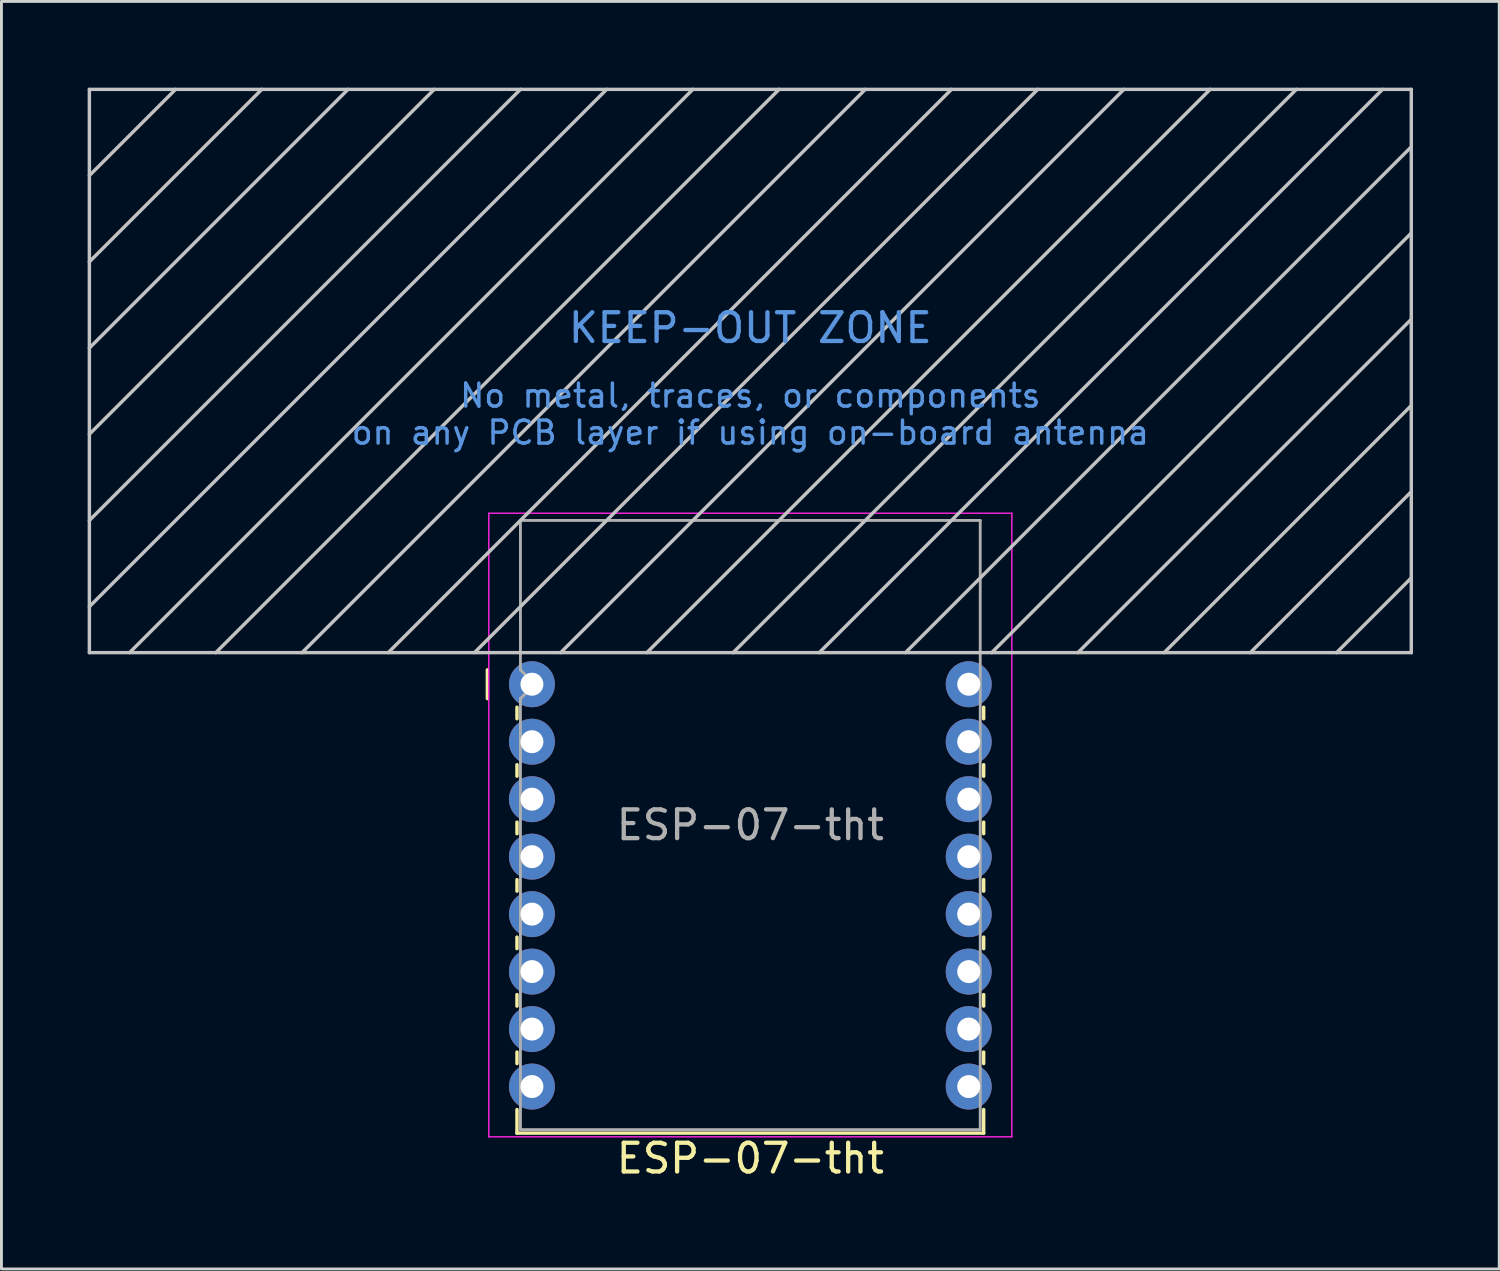
<source format=kicad_pcb>
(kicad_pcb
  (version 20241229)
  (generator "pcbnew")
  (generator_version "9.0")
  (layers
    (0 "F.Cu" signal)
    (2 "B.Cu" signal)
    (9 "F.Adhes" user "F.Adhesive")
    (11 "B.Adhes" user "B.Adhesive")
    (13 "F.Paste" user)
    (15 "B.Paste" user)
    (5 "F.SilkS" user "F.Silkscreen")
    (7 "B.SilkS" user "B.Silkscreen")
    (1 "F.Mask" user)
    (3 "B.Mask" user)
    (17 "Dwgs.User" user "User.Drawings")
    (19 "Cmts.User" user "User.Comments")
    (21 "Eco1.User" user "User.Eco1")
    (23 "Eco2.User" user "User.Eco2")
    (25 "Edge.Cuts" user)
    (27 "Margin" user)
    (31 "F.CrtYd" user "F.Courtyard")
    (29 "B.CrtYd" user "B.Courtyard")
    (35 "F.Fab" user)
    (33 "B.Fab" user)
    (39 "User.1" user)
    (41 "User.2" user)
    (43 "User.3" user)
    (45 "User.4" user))
  (footprint "ESP-07-tht"
    (layer "F.Cu")
    (at 23.06 25.66)
    (property "Reference" "ESP-07-tht" (at 0 11.6 0) (layer "F.SilkS") (effects (font (size 1 1) (thickness 0.15))))
    (attr smd)
    (fp_line (start -9.15 -5.4) (end -9.15 -4.4) (stroke (width 0.12) (type solid)) (layer "F.SilkS"))
    (fp_line (start -8.12 -3.7) (end -8.12 -4.1) (stroke (width 0.12) (type solid)) (layer "F.SilkS"))
    (fp_line (start -8.12 -1.7) (end -8.12 -2.1) (stroke (width 0.12) (type solid)) (layer "F.SilkS"))
    (fp_line (start -8.12 0.3) (end -8.12 -0.1) (stroke (width 0.12) (type solid)) (layer "F.SilkS"))
    (fp_line (start -8.12 2.3) (end -8.12 1.9) (stroke (width 0.12) (type solid)) (layer "F.SilkS"))
    (fp_line (start -8.12 4.3) (end -8.12 3.9) (stroke (width 0.12) (type solid)) (layer "F.SilkS"))
    (fp_line (start -8.12 6.3) (end -8.12 5.9) (stroke (width 0.12) (type solid)) (layer "F.SilkS"))
    (fp_line (start -8.12 8.3) (end -8.12 7.9) (stroke (width 0.12) (type solid)) (layer "F.SilkS"))
    (fp_line (start -8.12 10.72) (end -8.12 9.9) (stroke (width 0.12) (type solid)) (layer "F.SilkS"))
    (fp_line (start 8.12 -3.7) (end 8.12 -4.1) (stroke (width 0.12) (type solid)) (layer "F.SilkS"))
    (fp_line (start 8.12 -1.7) (end 8.12 -2.1) (stroke (width 0.12) (type solid)) (layer "F.SilkS"))
    (fp_line (start 8.12 0.3) (end 8.12 -0.1) (stroke (width 0.12) (type solid)) (layer "F.SilkS"))
    (fp_line (start 8.12 2.3) (end 8.12 1.9) (stroke (width 0.12) (type solid)) (layer "F.SilkS"))
    (fp_line (start 8.12 4.3) (end 8.12 3.9) (stroke (width 0.12) (type solid)) (layer "F.SilkS"))
    (fp_line (start 8.12 6.3) (end 8.12 5.9) (stroke (width 0.12) (type solid)) (layer "F.SilkS"))
    (fp_line (start 8.12 8.3) (end 8.12 7.9) (stroke (width 0.12) (type solid)) (layer "F.SilkS"))
    (fp_line (start 8.12 9.9) (end 8.12 10.72) (stroke (width 0.12) (type solid)) (layer "F.SilkS"))
    (fp_line (start 8.12 10.72) (end -8.12 10.72) (stroke (width 0.12) (type solid)) (layer "F.SilkS"))
    (fp_line (start -23 -25.6) (end -23 -6) (stroke (width 0.12) (type solid)) (layer "Dwgs.User"))
    (fp_line (start -23 -25.6) (end 23 -25.6) (stroke (width 0.12) (type solid)) (layer "Dwgs.User"))
    (fp_line (start -20 -25.6) (end -23 -22.6) (stroke (width 0.12) (type solid)) (layer "Dwgs.User"))
    (fp_line (start -17 -25.6) (end -23 -19.6) (stroke (width 0.12) (type solid)) (layer "Dwgs.User"))
    (fp_line (start -15.6 -6) (end 4 -25.6) (stroke (width 0.12) (type solid)) (layer "Dwgs.User"))
    (fp_line (start -14 -25.6) (end -23 -16.6) (stroke (width 0.12) (type solid)) (layer "Dwgs.User"))
    (fp_line (start -11 -25.6) (end -23 -13.6) (stroke (width 0.12) (type solid)) (layer "Dwgs.User"))
    (fp_line (start -8 -25.6) (end -23 -10.6) (stroke (width 0.12) (type solid)) (layer "Dwgs.User"))
    (fp_line (start -6.6 -6) (end 13 -25.6) (stroke (width 0.12) (type solid)) (layer "Dwgs.User"))
    (fp_line (start -5 -25.6) (end -23 -7.6) (stroke (width 0.12) (type solid)) (layer "Dwgs.User"))
    (fp_line (start -2 -25.6) (end -21.6 -6) (stroke (width 0.12) (type solid)) (layer "Dwgs.User"))
    (fp_line (start 1 -25.6) (end -18.6 -6) (stroke (width 0.12) (type solid)) (layer "Dwgs.User"))
    (fp_line (start 2.4 -6) (end 22 -25.6) (stroke (width 0.12) (type solid)) (layer "Dwgs.User"))
    (fp_line (start 5.4 -6) (end 23 -23.6) (stroke (width 0.12) (type solid)) (layer "Dwgs.User"))
    (fp_line (start 7 -25.6) (end -12.6 -6) (stroke (width 0.12) (type solid)) (layer "Dwgs.User"))
    (fp_line (start 10 -25.6) (end -9.6 -6) (stroke (width 0.12) (type solid)) (layer "Dwgs.User"))
    (fp_line (start 16 -25.6) (end -3.6 -6) (stroke (width 0.12) (type solid)) (layer "Dwgs.User"))
    (fp_line (start 19 -25.6) (end -0.6 -6) (stroke (width 0.12) (type solid)) (layer "Dwgs.User"))
    (fp_line (start 23 -20.6) (end 8.4 -6) (stroke (width 0.12) (type solid)) (layer "Dwgs.User"))
    (fp_line (start 23 -17.6) (end 11.4 -6) (stroke (width 0.12) (type solid)) (layer "Dwgs.User"))
    (fp_line (start 23 -14.6) (end 14.4 -6) (stroke (width 0.12) (type solid)) (layer "Dwgs.User"))
    (fp_line (start 23 -11.6) (end 17.4 -6) (stroke (width 0.12) (type solid)) (layer "Dwgs.User"))
    (fp_line (start 23 -8.6) (end 20.4 -6) (stroke (width 0.12) (type solid)) (layer "Dwgs.User"))
    (fp_line (start 23 -6) (end -23 -6) (stroke (width 0.12) (type solid)) (layer "Dwgs.User"))
    (fp_line (start 23 -6) (end 23 -25.6) (stroke (width 0.12) (type solid)) (layer "Dwgs.User"))
    (fp_line (start -9.1 -10.85) (end 9.1 -10.85) (stroke (width 0.05) (type solid)) (layer "F.CrtYd"))
    (fp_line (start -9.1 10.85) (end -9.1 -10.85) (stroke (width 0.05) (type solid)) (layer "F.CrtYd"))
    (fp_line (start 9.1 -10.85) (end 9.1 10.85) (stroke (width 0.05) (type solid)) (layer "F.CrtYd"))
    (fp_line (start 9.1 10.85) (end -9.1 10.85) (stroke (width 0.05) (type solid)) (layer "F.CrtYd"))
    (fp_line (start -8 -10.6) (end 8 -10.6) (stroke (width 0.1) (type solid)) (layer "F.Fab"))
    (fp_line (start -8 -5.4) (end -8 -10.6) (stroke (width 0.1) (type solid)) (layer "F.Fab"))
    (fp_line (start -8 -4.4) (end -7.5 -4.9) (stroke (width 0.1) (type solid)) (layer "F.Fab"))
    (fp_line (start -8 10.6) (end -8 -4.4) (stroke (width 0.1) (type solid)) (layer "F.Fab"))
    (fp_line (start -7.5 -4.9) (end -8 -5.4) (stroke (width 0.1) (type solid)) (layer "F.Fab"))
    (fp_line (start 8 -10.6) (end 8 10.6) (stroke (width 0.1) (type solid)) (layer "F.Fab"))
    (fp_line (start 8 10.6) (end -8 10.6) (stroke (width 0.1) (type solid)) (layer "F.Fab"))
    (fp_text user "No metal, traces, or components\non any PCB layer if using on-board antenna" (at 0 -14.3 180) (layer "Cmts.User") (effects (font (size 0.8 0.8) (thickness 0.12))))
    (fp_text user "KEEP-OUT ZONE" (at 0 -17.3 180) (layer "Cmts.User") (effects (font (size 1 1) (thickness 0.15))))
    (fp_text user "${REFERENCE}" (at 0 0 0) (layer "F.Fab") (effects (font (size 1 1) (thickness 0.15))))
    (pad "1" thru_hole circle (at -7.6 -4.9) (size 1.6 1.6) (drill 0.8) (layers "*.Cu" "*.Mask"))
    (pad "2" thru_hole circle (at -7.6 -2.9) (size 1.6 1.6) (drill 0.8) (layers "*.Cu" "*.Mask"))
    (pad "3" thru_hole circle (at -7.6 -0.9) (size 1.6 1.6) (drill 0.8) (layers "*.Cu" "*.Mask"))
    (pad "4" thru_hole circle (at -7.6 1.1) (size 1.6 1.6) (drill 0.8) (layers "*.Cu" "*.Mask"))
    (pad "5" thru_hole circle (at -7.6 3.1) (size 1.6 1.6) (drill 0.8) (layers "*.Cu" "*.Mask"))
    (pad "6" thru_hole circle (at -7.6 5.1) (size 1.6 1.6) (drill 0.8) (layers "*.Cu" "*.Mask"))
    (pad "7" thru_hole circle (at -7.6 7.1) (size 1.6 1.6) (drill 0.8) (layers "*.Cu" "*.Mask"))
    (pad "8" thru_hole circle (at -7.6 9.1) (size 1.6 1.6) (drill 0.8) (layers "*.Cu" "*.Mask"))
    (pad "9" thru_hole circle (at 7.6 9.1) (size 1.6 1.6) (drill 0.8) (layers "*.Cu" "*.Mask"))
    (pad "10" thru_hole circle (at 7.6 7.1) (size 1.6 1.6) (drill 0.8) (layers "*.Cu" "*.Mask"))
    (pad "11" thru_hole circle (at 7.6 5.1) (size 1.6 1.6) (drill 0.8) (layers "*.Cu" "*.Mask"))
    (pad "12" thru_hole circle (at 7.6 3.1) (size 1.6 1.6) (drill 0.8) (layers "*.Cu" "*.Mask"))
    (pad "13" thru_hole circle (at 7.6 1.1) (size 1.6 1.6) (drill 0.8) (layers "*.Cu" "*.Mask"))
    (pad "14" thru_hole circle (at 7.6 -0.9) (size 1.6 1.6) (drill 0.8) (layers "*.Cu" "*.Mask"))
    (pad "15" thru_hole circle (at 7.6 -2.9) (size 1.6 1.6) (drill 0.8) (layers "*.Cu" "*.Mask"))
    (pad "16" thru_hole circle (at 7.6 -4.9) (size 1.6 1.6) (drill 0.8) (layers "*.Cu" "*.Mask")))
  (gr_rect
    (start -3 -3)
    (end 49.12 41.108)
    (stroke (width 0.1) (type default))
    (fill no)
    (layer "Edge.Cuts")))
</source>
